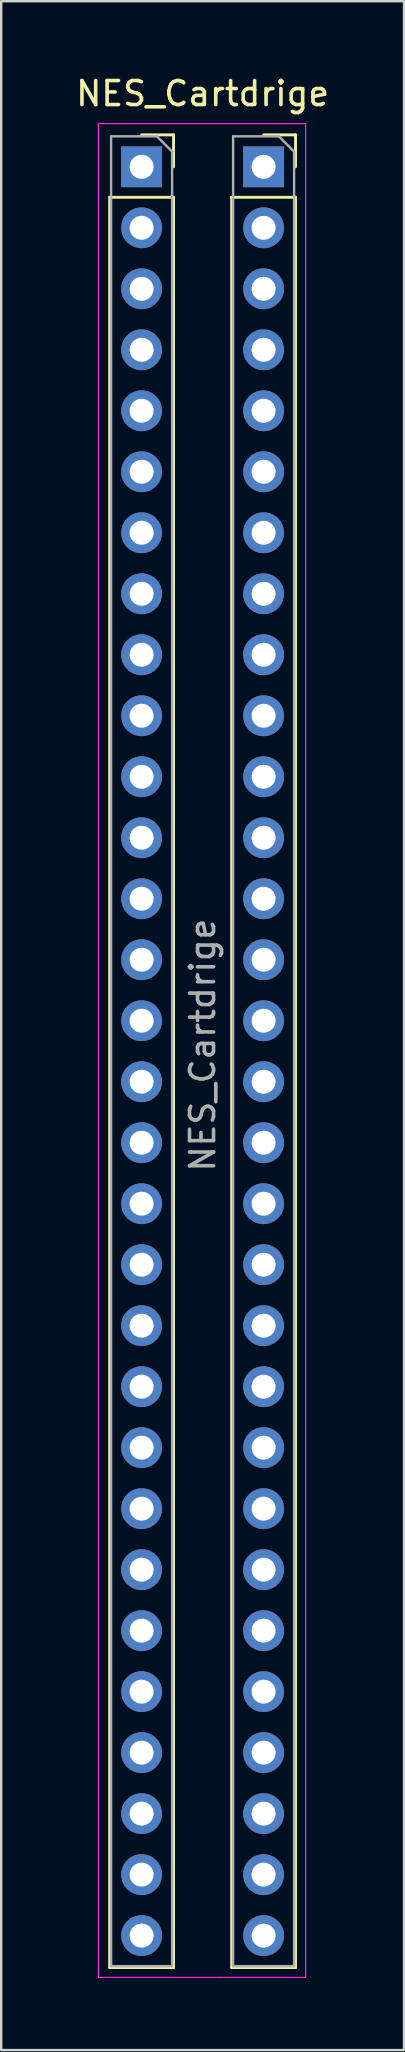
<source format=kicad_pcb>
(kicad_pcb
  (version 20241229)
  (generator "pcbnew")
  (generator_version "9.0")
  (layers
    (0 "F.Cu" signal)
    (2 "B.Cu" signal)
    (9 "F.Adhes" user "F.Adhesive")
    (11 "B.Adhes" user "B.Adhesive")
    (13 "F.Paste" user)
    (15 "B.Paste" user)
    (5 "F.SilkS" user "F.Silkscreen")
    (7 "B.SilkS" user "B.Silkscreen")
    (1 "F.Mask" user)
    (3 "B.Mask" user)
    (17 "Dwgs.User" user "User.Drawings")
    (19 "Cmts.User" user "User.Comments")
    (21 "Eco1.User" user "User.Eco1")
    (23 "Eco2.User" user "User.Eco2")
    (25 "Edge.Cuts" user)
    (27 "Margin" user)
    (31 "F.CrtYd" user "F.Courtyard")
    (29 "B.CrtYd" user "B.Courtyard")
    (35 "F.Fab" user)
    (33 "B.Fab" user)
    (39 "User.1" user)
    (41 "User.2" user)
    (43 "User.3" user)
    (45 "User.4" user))
  (footprint "NES_Cartdrige"
    (layer "F.Cu")
    (at 5.387 40.726)
    (property "Reference" "NES_Cartdrige" (at 0 -39.878 0) (unlocked yes) (layer "F.SilkS") (effects (font (size 1 1) (thickness 0.15))))
    (fp_line (start -3.87 -35.56) (end -3.87 38.16) (stroke (width 0.12) (type solid)) (layer "F.SilkS"))
    (fp_line (start -3.87 -35.56) (end -1.21 -35.56) (stroke (width 0.12) (type solid)) (layer "F.SilkS"))
    (fp_line (start -3.87 38.16) (end -1.21 38.16) (stroke (width 0.12) (type solid)) (layer "F.SilkS"))
    (fp_line (start -2.54 -38.16) (end -1.21 -38.16) (stroke (width 0.12) (type solid)) (layer "F.SilkS"))
    (fp_line (start -1.21 -38.16) (end -1.21 -36.83) (stroke (width 0.12) (type solid)) (layer "F.SilkS"))
    (fp_line (start -1.21 -35.56) (end -1.21 38.16) (stroke (width 0.12) (type solid)) (layer "F.SilkS"))
    (fp_line (start 1.21 -35.56) (end 1.21 38.16) (stroke (width 0.12) (type solid)) (layer "F.SilkS"))
    (fp_line (start 1.21 -35.56) (end 3.87 -35.56) (stroke (width 0.12) (type solid)) (layer "F.SilkS"))
    (fp_line (start 1.21 38.16) (end 3.87 38.16) (stroke (width 0.12) (type solid)) (layer "F.SilkS"))
    (fp_line (start 2.54 -38.16) (end 3.87 -38.16) (stroke (width 0.12) (type solid)) (layer "F.SilkS"))
    (fp_line (start 3.87 -38.16) (end 3.87 -36.83) (stroke (width 0.12) (type solid)) (layer "F.SilkS"))
    (fp_line (start 3.87 -35.56) (end 3.87 38.16) (stroke (width 0.12) (type solid)) (layer "F.SilkS"))
    (fp_line (start -4.34 -38.63) (end -0.79 -38.63) (stroke (width 0.05) (type solid)) (layer "F.CrtYd"))
    (fp_line (start -4.34 38.57) (end -4.34 -38.63) (stroke (width 0.05) (type solid)) (layer "F.CrtYd"))
    (fp_line (start -0.762 -38.63) (end 4.29 -38.63) (stroke (width 0.05) (type solid)) (layer "F.CrtYd"))
    (fp_line (start 0.762 38.57) (end -4.34 38.57) (stroke (width 0.05) (type solid)) (layer "F.CrtYd"))
    (fp_line (start 4.29 -38.63) (end 4.29 38.57) (stroke (width 0.05) (type solid)) (layer "F.CrtYd"))
    (fp_line (start 4.29 38.57) (end 0.74 38.57) (stroke (width 0.05) (type solid)) (layer "F.CrtYd"))
    (fp_line (start -3.81 -38.1) (end -1.905 -38.1) (stroke (width 0.1) (type solid)) (layer "F.Fab"))
    (fp_line (start -3.81 38.1) (end -3.81 -38.1) (stroke (width 0.1) (type solid)) (layer "F.Fab"))
    (fp_line (start -1.905 -38.1) (end -1.27 -37.465) (stroke (width 0.1) (type solid)) (layer "F.Fab"))
    (fp_line (start -1.27 -37.465) (end -1.27 38.1) (stroke (width 0.1) (type solid)) (layer "F.Fab"))
    (fp_line (start -1.27 38.1) (end -3.81 38.1) (stroke (width 0.1) (type solid)) (layer "F.Fab"))
    (fp_line (start 1.27 -38.1) (end 3.175 -38.1) (stroke (width 0.1) (type solid)) (layer "F.Fab"))
    (fp_line (start 1.27 38.1) (end 1.27 -38.1) (stroke (width 0.1) (type solid)) (layer "F.Fab"))
    (fp_line (start 3.175 -38.1) (end 3.81 -37.465) (stroke (width 0.1) (type solid)) (layer "F.Fab"))
    (fp_line (start 3.81 -37.465) (end 3.81 38.1) (stroke (width 0.1) (type solid)) (layer "F.Fab"))
    (fp_line (start 3.81 38.1) (end 1.27 38.1) (stroke (width 0.1) (type solid)) (layer "F.Fab"))
    (fp_text user "${REFERENCE}" (at 0 -0.254 90) (unlocked yes) (layer "F.Fab") (effects (font (size 1 1) (thickness 0.15))))
    (pad "1" thru_hole rect (at -2.54 -36.83) (size 1.7 1.7) (drill 1) (layers "*.Cu" "*.Mask"))
    (pad "2" thru_hole oval (at -2.54 -34.29) (size 1.7 1.7) (drill 1) (layers "*.Cu" "*.Mask"))
    (pad "3" thru_hole oval (at -2.54 -31.75) (size 1.7 1.7) (drill 1) (layers "*.Cu" "*.Mask"))
    (pad "4" thru_hole oval (at -2.54 -29.21) (size 1.7 1.7) (drill 1) (layers "*.Cu" "*.Mask"))
    (pad "5" thru_hole oval (at -2.54 -26.67) (size 1.7 1.7) (drill 1) (layers "*.Cu" "*.Mask"))
    (pad "6" thru_hole oval (at -2.54 -24.13) (size 1.7 1.7) (drill 1) (layers "*.Cu" "*.Mask"))
    (pad "7" thru_hole oval (at -2.54 -21.59) (size 1.7 1.7) (drill 1) (layers "*.Cu" "*.Mask"))
    (pad "8" thru_hole oval (at -2.54 -19.05) (size 1.7 1.7) (drill 1) (layers "*.Cu" "*.Mask"))
    (pad "9" thru_hole oval (at -2.54 -16.51) (size 1.7 1.7) (drill 1) (layers "*.Cu" "*.Mask"))
    (pad "10" thru_hole oval (at -2.54 -13.97) (size 1.7 1.7) (drill 1) (layers "*.Cu" "*.Mask"))
    (pad "11" thru_hole oval (at -2.54 -11.43) (size 1.7 1.7) (drill 1) (layers "*.Cu" "*.Mask"))
    (pad "12" thru_hole oval (at -2.54 -8.89) (size 1.7 1.7) (drill 1) (layers "*.Cu" "*.Mask"))
    (pad "13" thru_hole oval (at -2.54 -6.35) (size 1.7 1.7) (drill 1) (layers "*.Cu" "*.Mask"))
    (pad "14" thru_hole oval (at -2.54 -3.81) (size 1.7 1.7) (drill 1) (layers "*.Cu" "*.Mask"))
    (pad "15" thru_hole oval (at -2.54 -1.27) (size 1.7 1.7) (drill 1) (layers "*.Cu" "*.Mask"))
    (pad "16" thru_hole oval (at -2.54 1.27) (size 1.7 1.7) (drill 1) (layers "*.Cu" "*.Mask"))
    (pad "17" thru_hole oval (at -2.54 3.81) (size 1.7 1.7) (drill 1) (layers "*.Cu" "*.Mask"))
    (pad "18" thru_hole oval (at -2.54 6.35) (size 1.7 1.7) (drill 1) (layers "*.Cu" "*.Mask"))
    (pad "19" thru_hole oval (at -2.54 8.89) (size 1.7 1.7) (drill 1) (layers "*.Cu" "*.Mask"))
    (pad "20" thru_hole oval (at -2.54 11.43) (size 1.7 1.7) (drill 1) (layers "*.Cu" "*.Mask"))
    (pad "21" thru_hole oval (at -2.54 13.97) (size 1.7 1.7) (drill 1) (layers "*.Cu" "*.Mask"))
    (pad "22" thru_hole oval (at -2.54 16.51) (size 1.7 1.7) (drill 1) (layers "*.Cu" "*.Mask"))
    (pad "23" thru_hole oval (at -2.54 19.05) (size 1.7 1.7) (drill 1) (layers "*.Cu" "*.Mask"))
    (pad "24" thru_hole oval (at -2.54 21.59) (size 1.7 1.7) (drill 1) (layers "*.Cu" "*.Mask"))
    (pad "25" thru_hole oval (at -2.54 24.13) (size 1.7 1.7) (drill 1) (layers "*.Cu" "*.Mask"))
    (pad "26" thru_hole oval (at -2.54 26.67) (size 1.7 1.7) (drill 1) (layers "*.Cu" "*.Mask"))
    (pad "27" thru_hole oval (at -2.54 29.21) (size 1.7 1.7) (drill 1) (layers "*.Cu" "*.Mask"))
    (pad "28" thru_hole oval (at -2.54 31.75) (size 1.7 1.7) (drill 1) (layers "*.Cu" "*.Mask"))
    (pad "29" thru_hole oval (at -2.54 34.29) (size 1.7 1.7) (drill 1) (layers "*.Cu" "*.Mask"))
    (pad "30" thru_hole oval (at -2.54 36.83) (size 1.7 1.7) (drill 1) (layers "*.Cu" "*.Mask"))
    (pad "31" thru_hole oval (at 2.54 36.83) (size 1.7 1.7) (drill 1) (layers "*.Cu" "*.Mask"))
    (pad "32" thru_hole oval (at 2.54 34.29) (size 1.7 1.7) (drill 1) (layers "*.Cu" "*.Mask"))
    (pad "33" thru_hole oval (at 2.54 31.75) (size 1.7 1.7) (drill 1) (layers "*.Cu" "*.Mask"))
    (pad "34" thru_hole oval (at 2.54 29.21) (size 1.7 1.7) (drill 1) (layers "*.Cu" "*.Mask"))
    (pad "35" thru_hole oval (at 2.54 26.67) (size 1.7 1.7) (drill 1) (layers "*.Cu" "*.Mask"))
    (pad "36" thru_hole oval (at 2.54 24.13) (size 1.7 1.7) (drill 1) (layers "*.Cu" "*.Mask"))
    (pad "37" thru_hole oval (at 2.54 21.59) (size 1.7 1.7) (drill 1) (layers "*.Cu" "*.Mask"))
    (pad "38" thru_hole oval (at 2.54 19.05) (size 1.7 1.7) (drill 1) (layers "*.Cu" "*.Mask"))
    (pad "39" thru_hole oval (at 2.54 16.51) (size 1.7 1.7) (drill 1) (layers "*.Cu" "*.Mask"))
    (pad "40" thru_hole oval (at 2.54 13.97) (size 1.7 1.7) (drill 1) (layers "*.Cu" "*.Mask"))
    (pad "41" thru_hole oval (at 2.54 11.43) (size 1.7 1.7) (drill 1) (layers "*.Cu" "*.Mask"))
    (pad "42" thru_hole oval (at 2.54 8.89) (size 1.7 1.7) (drill 1) (layers "*.Cu" "*.Mask"))
    (pad "43" thru_hole oval (at 2.54 6.35) (size 1.7 1.7) (drill 1) (layers "*.Cu" "*.Mask"))
    (pad "44" thru_hole oval (at 2.54 3.81) (size 1.7 1.7) (drill 1) (layers "*.Cu" "*.Mask"))
    (pad "45" thru_hole oval (at 2.54 1.27) (size 1.7 1.7) (drill 1) (layers "*.Cu" "*.Mask"))
    (pad "46" thru_hole oval (at 2.54 -1.27) (size 1.7 1.7) (drill 1) (layers "*.Cu" "*.Mask"))
    (pad "47" thru_hole oval (at 2.54 -3.81) (size 1.7 1.7) (drill 1) (layers "*.Cu" "*.Mask"))
    (pad "48" thru_hole oval (at 2.54 -6.35) (size 1.7 1.7) (drill 1) (layers "*.Cu" "*.Mask"))
    (pad "49" thru_hole oval (at 2.54 -8.89) (size 1.7 1.7) (drill 1) (layers "*.Cu" "*.Mask"))
    (pad "50" thru_hole oval (at 2.54 -11.43) (size 1.7 1.7) (drill 1) (layers "*.Cu" "*.Mask"))
    (pad "51" thru_hole oval (at 2.54 -13.97) (size 1.7 1.7) (drill 1) (layers "*.Cu" "*.Mask"))
    (pad "52" thru_hole oval (at 2.54 -16.51) (size 1.7 1.7) (drill 1) (layers "*.Cu" "*.Mask"))
    (pad "53" thru_hole oval (at 2.54 -19.05) (size 1.7 1.7) (drill 1) (layers "*.Cu" "*.Mask"))
    (pad "54" thru_hole oval (at 2.54 -21.59) (size 1.7 1.7) (drill 1) (layers "*.Cu" "*.Mask"))
    (pad "55" thru_hole oval (at 2.54 -24.13) (size 1.7 1.7) (drill 1) (layers "*.Cu" "*.Mask"))
    (pad "56" thru_hole oval (at 2.54 -26.67) (size 1.7 1.7) (drill 1) (layers "*.Cu" "*.Mask"))
    (pad "57" thru_hole oval (at 2.54 -29.21) (size 1.7 1.7) (drill 1) (layers "*.Cu" "*.Mask"))
    (pad "58" thru_hole oval (at 2.54 -31.75) (size 1.7 1.7) (drill 1) (layers "*.Cu" "*.Mask"))
    (pad "59" thru_hole oval (at 2.54 -34.29) (size 1.7 1.7) (drill 1) (layers "*.Cu" "*.Mask"))
    (pad "60" thru_hole rect (at 2.54 -36.83) (size 1.7 1.7) (drill 1) (layers "*.Cu" "*.Mask")))
  (gr_rect
    (start -3 -3)
    (end 13.774 82.321)
    (stroke (width 0.1) (type default))
    (fill no)
    (layer "Edge.Cuts")))
</source>
